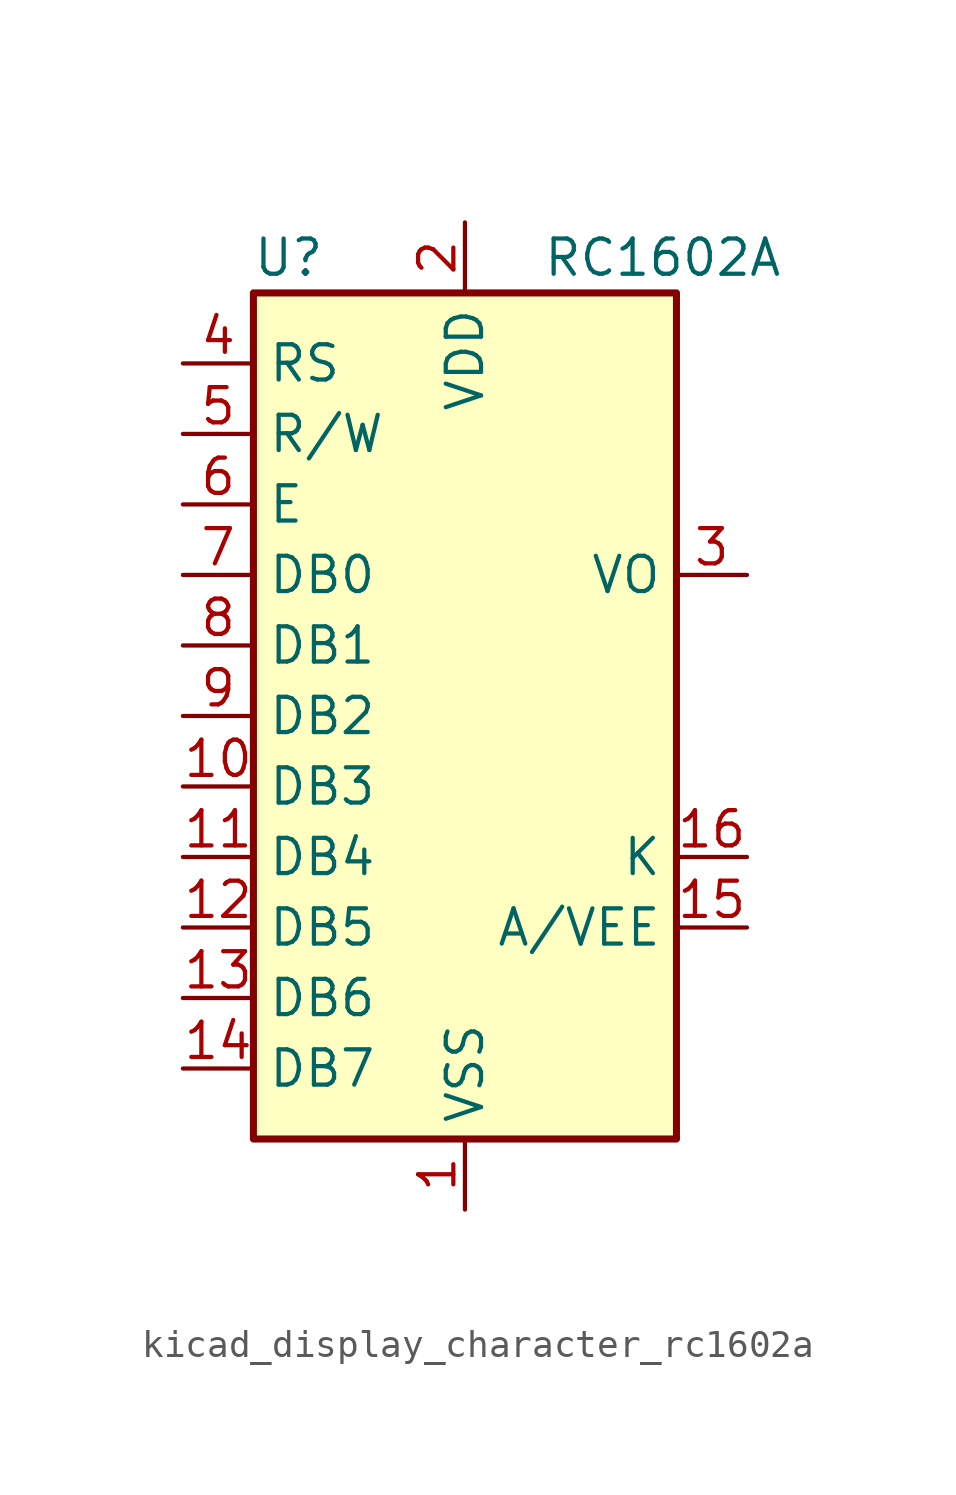
<source format=kicad_sym>
(kicad_symbol_lib
  (version 20220914)
  (generator kicad_symbol_editor)
  (symbol "kicad_display_character_rc1602a"
    (property "Reference" "U"
      (at -6.35 16.51 0)
      (effects (font (size 1.27 1.27))))
    (property "Value" "RC1602A"
      (at 2.794 16.51 0)
      (effects (font (size 1.27 1.27)) (justify left)))
    (symbol "kicad_display_character_rc1602a_0_1"
      (rectangle (start -7.62 15.24) (end 7.62 -15.24) (stroke (width 0.254) (type default)) (fill (type background))))
    (symbol "kicad_display_character_rc1602a_1_1"
      (pin power_in line (at 0 -17.78 90) (length 2.54) (name "VSS" (effects (font (size 1.27 1.27)))) (number "1" (effects (font (size 1.27 1.27)))))
      (pin bidirectional line (at -10.16 -2.54 0) (length 2.54) (name "DB3" (effects (font (size 1.27 1.27)))) (number "10" (effects (font (size 1.27 1.27)))))
      (pin bidirectional line (at -10.16 -5.08 0) (length 2.54) (name "DB4" (effects (font (size 1.27 1.27)))) (number "11" (effects (font (size 1.27 1.27)))))
      (pin bidirectional line (at -10.16 -7.62 0) (length 2.54) (name "DB5" (effects (font (size 1.27 1.27)))) (number "12" (effects (font (size 1.27 1.27)))))
      (pin bidirectional line (at -10.16 -10.16 0) (length 2.54) (name "DB6" (effects (font (size 1.27 1.27)))) (number "13" (effects (font (size 1.27 1.27)))))
      (pin bidirectional line (at -10.16 -12.7 0) (length 2.54) (name "DB7" (effects (font (size 1.27 1.27)))) (number "14" (effects (font (size 1.27 1.27)))))
      (pin power_in line (at 10.16 -7.62 180) (length 2.54) (name "A/VEE" (effects (font (size 1.27 1.27)))) (number "15" (effects (font (size 1.27 1.27)))))
      (pin power_in line (at 10.16 -5.08 180) (length 2.54) (name "K" (effects (font (size 1.27 1.27)))) (number "16" (effects (font (size 1.27 1.27)))))
      (pin power_in line (at 0 17.78 270) (length 2.54) (name "VDD" (effects (font (size 1.27 1.27)))) (number "2" (effects (font (size 1.27 1.27)))))
      (pin power_in line (at 10.16 5.08 180) (length 2.54) (name "VO" (effects (font (size 1.27 1.27)))) (number "3" (effects (font (size 1.27 1.27)))))
      (pin input line (at -10.16 12.7 0) (length 2.54) (name "RS" (effects (font (size 1.27 1.27)))) (number "4" (effects (font (size 1.27 1.27)))))
      (pin input line (at -10.16 10.16 0) (length 2.54) (name "R/W" (effects (font (size 1.27 1.27)))) (number "5" (effects (font (size 1.27 1.27)))))
      (pin input line (at -10.16 7.62 0) (length 2.54) (name "E" (effects (font (size 1.27 1.27)))) (number "6" (effects (font (size 1.27 1.27)))))
      (pin bidirectional line (at -10.16 5.08 0) (length 2.54) (name "DB0" (effects (font (size 1.27 1.27)))) (number "7" (effects (font (size 1.27 1.27)))))
      (pin bidirectional line (at -10.16 2.54 0) (length 2.54) (name "DB1" (effects (font (size 1.27 1.27)))) (number "8" (effects (font (size 1.27 1.27)))))
      (pin bidirectional line (at -10.16 0 0) (length 2.54) (name "DB2" (effects (font (size 1.27 1.27)))) (number "9" (effects (font (size 1.27 1.27))))))))
</source>
